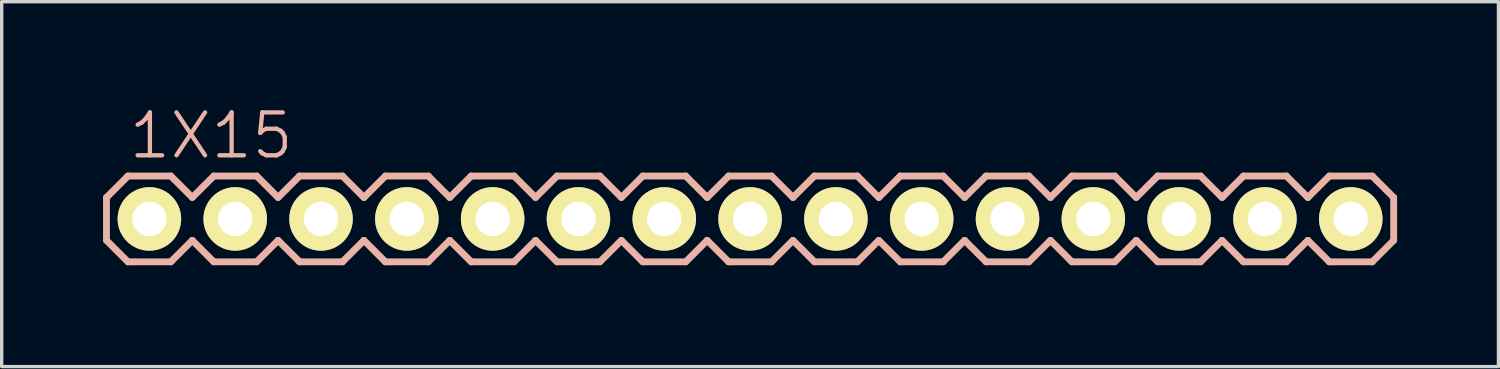
<source format=kicad_pcb>
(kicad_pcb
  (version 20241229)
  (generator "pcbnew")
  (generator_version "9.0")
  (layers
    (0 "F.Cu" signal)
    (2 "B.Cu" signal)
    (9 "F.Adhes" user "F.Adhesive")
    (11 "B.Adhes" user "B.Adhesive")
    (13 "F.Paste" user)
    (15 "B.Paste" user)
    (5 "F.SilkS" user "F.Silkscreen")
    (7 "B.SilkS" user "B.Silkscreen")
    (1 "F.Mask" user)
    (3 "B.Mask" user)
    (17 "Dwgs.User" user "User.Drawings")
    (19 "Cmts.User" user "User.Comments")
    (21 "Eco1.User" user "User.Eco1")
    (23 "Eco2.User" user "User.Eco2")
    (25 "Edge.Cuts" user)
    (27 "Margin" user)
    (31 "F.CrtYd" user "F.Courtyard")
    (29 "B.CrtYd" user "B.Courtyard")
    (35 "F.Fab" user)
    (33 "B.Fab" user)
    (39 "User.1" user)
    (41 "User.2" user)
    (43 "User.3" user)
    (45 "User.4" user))
  (footprint "1X15"
    (layer "F.Cu")
    (at 1.372 3.43)
    (property "Reference" "1X15" (at 1.829 -2.464 0) (layer "B.SilkS") (effects (font (size 1.27 1.27) (thickness 0.127))))
    (attr exclude_from_pos_files exclude_from_bom)
    (fp_line (start -0.254 -0.254) (end 0.254 -0.254) (stroke (width 0.066) (type solid)) (layer "F.SilkS"))
    (fp_line (start -0.254 0.254) (end -0.254 -0.254) (stroke (width 0.066) (type solid)) (layer "F.SilkS"))
    (fp_line (start -0.254 0.254) (end 0.254 0.254) (stroke (width 0.066) (type solid)) (layer "F.SilkS"))
    (fp_line (start 0.254 0.254) (end 0.254 -0.254) (stroke (width 0.066) (type solid)) (layer "F.SilkS"))
    (fp_line (start 2.286 -0.254) (end 2.794 -0.254) (stroke (width 0.066) (type solid)) (layer "F.SilkS"))
    (fp_line (start 2.286 0.254) (end 2.286 -0.254) (stroke (width 0.066) (type solid)) (layer "F.SilkS"))
    (fp_line (start 2.286 0.254) (end 2.794 0.254) (stroke (width 0.066) (type solid)) (layer "F.SilkS"))
    (fp_line (start 2.794 0.254) (end 2.794 -0.254) (stroke (width 0.066) (type solid)) (layer "F.SilkS"))
    (fp_line (start 4.826 -0.254) (end 5.334 -0.254) (stroke (width 0.066) (type solid)) (layer "F.SilkS"))
    (fp_line (start 4.826 0.254) (end 4.826 -0.254) (stroke (width 0.066) (type solid)) (layer "F.SilkS"))
    (fp_line (start 4.826 0.254) (end 5.334 0.254) (stroke (width 0.066) (type solid)) (layer "F.SilkS"))
    (fp_line (start 5.334 0.254) (end 5.334 -0.254) (stroke (width 0.066) (type solid)) (layer "F.SilkS"))
    (fp_line (start 7.366 -0.254) (end 7.874 -0.254) (stroke (width 0.066) (type solid)) (layer "F.SilkS"))
    (fp_line (start 7.366 0.254) (end 7.366 -0.254) (stroke (width 0.066) (type solid)) (layer "F.SilkS"))
    (fp_line (start 7.366 0.254) (end 7.874 0.254) (stroke (width 0.066) (type solid)) (layer "F.SilkS"))
    (fp_line (start 7.874 0.254) (end 7.874 -0.254) (stroke (width 0.066) (type solid)) (layer "F.SilkS"))
    (fp_line (start 9.906 -0.254) (end 10.414 -0.254) (stroke (width 0.066) (type solid)) (layer "F.SilkS"))
    (fp_line (start 9.906 0.254) (end 9.906 -0.254) (stroke (width 0.066) (type solid)) (layer "F.SilkS"))
    (fp_line (start 9.906 0.254) (end 10.414 0.254) (stroke (width 0.066) (type solid)) (layer "F.SilkS"))
    (fp_line (start 10.414 0.254) (end 10.414 -0.254) (stroke (width 0.066) (type solid)) (layer "F.SilkS"))
    (fp_line (start 12.446 -0.254) (end 12.954 -0.254) (stroke (width 0.066) (type solid)) (layer "F.SilkS"))
    (fp_line (start 12.446 0.254) (end 12.446 -0.254) (stroke (width 0.066) (type solid)) (layer "F.SilkS"))
    (fp_line (start 12.446 0.254) (end 12.954 0.254) (stroke (width 0.066) (type solid)) (layer "F.SilkS"))
    (fp_line (start 12.954 0.254) (end 12.954 -0.254) (stroke (width 0.066) (type solid)) (layer "F.SilkS"))
    (fp_line (start 14.986 -0.254) (end 15.494 -0.254) (stroke (width 0.066) (type solid)) (layer "F.SilkS"))
    (fp_line (start 14.986 0.254) (end 14.986 -0.254) (stroke (width 0.066) (type solid)) (layer "F.SilkS"))
    (fp_line (start 14.986 0.254) (end 15.494 0.254) (stroke (width 0.066) (type solid)) (layer "F.SilkS"))
    (fp_line (start 15.494 0.254) (end 15.494 -0.254) (stroke (width 0.066) (type solid)) (layer "F.SilkS"))
    (fp_line (start 17.523 -0.254) (end 18.034 -0.254) (stroke (width 0.066) (type solid)) (layer "F.SilkS"))
    (fp_line (start 17.523 0.254) (end 17.523 -0.254) (stroke (width 0.066) (type solid)) (layer "F.SilkS"))
    (fp_line (start 17.523 0.254) (end 18.034 0.254) (stroke (width 0.066) (type solid)) (layer "F.SilkS"))
    (fp_line (start 18.034 0.254) (end 18.034 -0.254) (stroke (width 0.066) (type solid)) (layer "F.SilkS"))
    (fp_line (start 20.066 -0.254) (end 20.574 -0.254) (stroke (width 0.066) (type solid)) (layer "F.SilkS"))
    (fp_line (start 20.066 0.254) (end 20.066 -0.254) (stroke (width 0.066) (type solid)) (layer "F.SilkS"))
    (fp_line (start 20.066 0.254) (end 20.574 0.254) (stroke (width 0.066) (type solid)) (layer "F.SilkS"))
    (fp_line (start 20.574 0.254) (end 20.574 -0.254) (stroke (width 0.066) (type solid)) (layer "F.SilkS"))
    (fp_line (start 22.606 -0.254) (end 23.114 -0.254) (stroke (width 0.066) (type solid)) (layer "F.SilkS"))
    (fp_line (start 22.606 0.254) (end 22.606 -0.254) (stroke (width 0.066) (type solid)) (layer "F.SilkS"))
    (fp_line (start 22.606 0.254) (end 23.114 0.254) (stroke (width 0.066) (type solid)) (layer "F.SilkS"))
    (fp_line (start 23.114 0.254) (end 23.114 -0.254) (stroke (width 0.066) (type solid)) (layer "F.SilkS"))
    (fp_line (start 25.146 -0.254) (end 25.654 -0.254) (stroke (width 0.066) (type solid)) (layer "F.SilkS"))
    (fp_line (start 25.146 0.254) (end 25.146 -0.254) (stroke (width 0.066) (type solid)) (layer "F.SilkS"))
    (fp_line (start 25.146 0.254) (end 25.654 0.254) (stroke (width 0.066) (type solid)) (layer "F.SilkS"))
    (fp_line (start 25.654 0.254) (end 25.654 -0.254) (stroke (width 0.066) (type solid)) (layer "F.SilkS"))
    (fp_line (start 27.686 -0.254) (end 28.194 -0.254) (stroke (width 0.066) (type solid)) (layer "F.SilkS"))
    (fp_line (start 27.686 0.254) (end 27.686 -0.254) (stroke (width 0.066) (type solid)) (layer "F.SilkS"))
    (fp_line (start 27.686 0.254) (end 28.194 0.254) (stroke (width 0.066) (type solid)) (layer "F.SilkS"))
    (fp_line (start 28.194 0.254) (end 28.194 -0.254) (stroke (width 0.066) (type solid)) (layer "F.SilkS"))
    (fp_line (start 30.226 -0.254) (end 30.734 -0.254) (stroke (width 0.066) (type solid)) (layer "F.SilkS"))
    (fp_line (start 30.226 0.254) (end 30.226 -0.254) (stroke (width 0.066) (type solid)) (layer "F.SilkS"))
    (fp_line (start 30.226 0.254) (end 30.734 0.254) (stroke (width 0.066) (type solid)) (layer "F.SilkS"))
    (fp_line (start 30.734 0.254) (end 30.734 -0.254) (stroke (width 0.066) (type solid)) (layer "F.SilkS"))
    (fp_line (start 32.766 -0.254) (end 33.274 -0.254) (stroke (width 0.066) (type solid)) (layer "F.SilkS"))
    (fp_line (start 32.766 0.254) (end 32.766 -0.254) (stroke (width 0.066) (type solid)) (layer "F.SilkS"))
    (fp_line (start 32.766 0.254) (end 33.274 0.254) (stroke (width 0.066) (type solid)) (layer "F.SilkS"))
    (fp_line (start 33.274 0.254) (end 33.274 -0.254) (stroke (width 0.066) (type solid)) (layer "F.SilkS"))
    (fp_line (start 35.303 -0.254) (end 35.814 -0.254) (stroke (width 0.066) (type solid)) (layer "F.SilkS"))
    (fp_line (start 35.303 0.254) (end 35.303 -0.254) (stroke (width 0.066) (type solid)) (layer "F.SilkS"))
    (fp_line (start 35.303 0.254) (end 35.814 0.254) (stroke (width 0.066) (type solid)) (layer "F.SilkS"))
    (fp_line (start 35.814 0.254) (end 35.814 -0.254) (stroke (width 0.066) (type solid)) (layer "F.SilkS"))
    (fp_line (start -1.27 -0.635) (end -1.27 0.635) (stroke (width 0.203) (type solid)) (layer "B.SilkS"))
    (fp_line (start -1.27 0.635) (end -0.635 1.27) (stroke (width 0.203) (type solid)) (layer "B.SilkS"))
    (fp_line (start -0.635 -1.27) (end -1.27 -0.635) (stroke (width 0.203) (type solid)) (layer "B.SilkS"))
    (fp_line (start -0.635 -1.27) (end 0.635 -1.27) (stroke (width 0.203) (type solid)) (layer "B.SilkS"))
    (fp_line (start 0.635 -1.27) (end 1.27 -0.635) (stroke (width 0.203) (type solid)) (layer "B.SilkS"))
    (fp_line (start 0.635 1.27) (end -0.635 1.27) (stroke (width 0.203) (type solid)) (layer "B.SilkS"))
    (fp_line (start 1.27 -0.635) (end 1.905 -1.27) (stroke (width 0.203) (type solid)) (layer "B.SilkS"))
    (fp_line (start 1.27 0.635) (end 0.635 1.27) (stroke (width 0.203) (type solid)) (layer "B.SilkS"))
    (fp_line (start 1.905 -1.27) (end 3.175 -1.27) (stroke (width 0.203) (type solid)) (layer "B.SilkS"))
    (fp_line (start 1.905 1.27) (end 1.27 0.635) (stroke (width 0.203) (type solid)) (layer "B.SilkS"))
    (fp_line (start 3.175 -1.27) (end 3.81 -0.635) (stroke (width 0.203) (type solid)) (layer "B.SilkS"))
    (fp_line (start 3.175 1.27) (end 1.905 1.27) (stroke (width 0.203) (type solid)) (layer "B.SilkS"))
    (fp_line (start 3.81 -0.635) (end 4.445 -1.27) (stroke (width 0.203) (type solid)) (layer "B.SilkS"))
    (fp_line (start 3.81 0.635) (end 3.175 1.27) (stroke (width 0.203) (type solid)) (layer "B.SilkS"))
    (fp_line (start 4.445 -1.27) (end 5.715 -1.27) (stroke (width 0.203) (type solid)) (layer "B.SilkS"))
    (fp_line (start 4.445 1.27) (end 3.81 0.635) (stroke (width 0.203) (type solid)) (layer "B.SilkS"))
    (fp_line (start 5.715 -1.27) (end 6.35 -0.635) (stroke (width 0.203) (type solid)) (layer "B.SilkS"))
    (fp_line (start 5.715 1.27) (end 4.445 1.27) (stroke (width 0.203) (type solid)) (layer "B.SilkS"))
    (fp_line (start 6.35 0.635) (end 5.715 1.27) (stroke (width 0.203) (type solid)) (layer "B.SilkS"))
    (fp_line (start 6.35 0.635) (end 6.985 1.27) (stroke (width 0.203) (type solid)) (layer "B.SilkS"))
    (fp_line (start 6.985 -1.27) (end 6.35 -0.635) (stroke (width 0.203) (type solid)) (layer "B.SilkS"))
    (fp_line (start 6.985 -1.27) (end 8.255 -1.27) (stroke (width 0.203) (type solid)) (layer "B.SilkS"))
    (fp_line (start 8.255 -1.27) (end 8.89 -0.635) (stroke (width 0.203) (type solid)) (layer "B.SilkS"))
    (fp_line (start 8.255 1.27) (end 6.985 1.27) (stroke (width 0.203) (type solid)) (layer "B.SilkS"))
    (fp_line (start 8.89 -0.635) (end 9.525 -1.27) (stroke (width 0.203) (type solid)) (layer "B.SilkS"))
    (fp_line (start 8.89 0.635) (end 8.255 1.27) (stroke (width 0.203) (type solid)) (layer "B.SilkS"))
    (fp_line (start 9.525 -1.27) (end 10.795 -1.27) (stroke (width 0.203) (type solid)) (layer "B.SilkS"))
    (fp_line (start 9.525 1.27) (end 8.89 0.635) (stroke (width 0.203) (type solid)) (layer "B.SilkS"))
    (fp_line (start 10.795 -1.27) (end 11.43 -0.635) (stroke (width 0.203) (type solid)) (layer "B.SilkS"))
    (fp_line (start 10.795 1.27) (end 9.525 1.27) (stroke (width 0.203) (type solid)) (layer "B.SilkS"))
    (fp_line (start 11.43 -0.635) (end 12.065 -1.27) (stroke (width 0.203) (type solid)) (layer "B.SilkS"))
    (fp_line (start 11.43 0.635) (end 10.795 1.27) (stroke (width 0.203) (type solid)) (layer "B.SilkS"))
    (fp_line (start 12.065 -1.27) (end 13.335 -1.27) (stroke (width 0.203) (type solid)) (layer "B.SilkS"))
    (fp_line (start 12.065 1.27) (end 11.43 0.635) (stroke (width 0.203) (type solid)) (layer "B.SilkS"))
    (fp_line (start 13.335 -1.27) (end 13.97 -0.635) (stroke (width 0.203) (type solid)) (layer "B.SilkS"))
    (fp_line (start 13.335 1.27) (end 12.065 1.27) (stroke (width 0.203) (type solid)) (layer "B.SilkS"))
    (fp_line (start 13.97 0.635) (end 13.335 1.27) (stroke (width 0.203) (type solid)) (layer "B.SilkS"))
    (fp_line (start 13.97 0.635) (end 14.605 1.27) (stroke (width 0.203) (type solid)) (layer "B.SilkS"))
    (fp_line (start 14.605 -1.27) (end 13.97 -0.635) (stroke (width 0.203) (type solid)) (layer "B.SilkS"))
    (fp_line (start 14.605 -1.27) (end 15.875 -1.27) (stroke (width 0.203) (type solid)) (layer "B.SilkS"))
    (fp_line (start 15.875 -1.27) (end 16.51 -0.635) (stroke (width 0.203) (type solid)) (layer "B.SilkS"))
    (fp_line (start 15.875 1.27) (end 14.605 1.27) (stroke (width 0.203) (type solid)) (layer "B.SilkS"))
    (fp_line (start 16.51 0.635) (end 15.875 1.27) (stroke (width 0.203) (type solid)) (layer "B.SilkS"))
    (fp_line (start 16.51 0.635) (end 17.145 1.27) (stroke (width 0.203) (type solid)) (layer "B.SilkS"))
    (fp_line (start 17.145 -1.27) (end 16.51 -0.635) (stroke (width 0.203) (type solid)) (layer "B.SilkS"))
    (fp_line (start 17.145 -1.27) (end 18.415 -1.27) (stroke (width 0.203) (type solid)) (layer "B.SilkS"))
    (fp_line (start 18.415 -1.27) (end 19.05 -0.635) (stroke (width 0.203) (type solid)) (layer "B.SilkS"))
    (fp_line (start 18.415 1.27) (end 17.145 1.27) (stroke (width 0.203) (type solid)) (layer "B.SilkS"))
    (fp_line (start 19.05 -0.635) (end 19.685 -1.27) (stroke (width 0.203) (type solid)) (layer "B.SilkS"))
    (fp_line (start 19.05 0.635) (end 18.415 1.27) (stroke (width 0.203) (type solid)) (layer "B.SilkS"))
    (fp_line (start 19.685 -1.27) (end 20.955 -1.27) (stroke (width 0.203) (type solid)) (layer "B.SilkS"))
    (fp_line (start 19.685 1.27) (end 19.05 0.635) (stroke (width 0.203) (type solid)) (layer "B.SilkS"))
    (fp_line (start 20.955 -1.27) (end 21.59 -0.635) (stroke (width 0.203) (type solid)) (layer "B.SilkS"))
    (fp_line (start 20.955 1.27) (end 19.685 1.27) (stroke (width 0.203) (type solid)) (layer "B.SilkS"))
    (fp_line (start 21.59 -0.635) (end 22.225 -1.27) (stroke (width 0.203) (type solid)) (layer "B.SilkS"))
    (fp_line (start 21.59 0.635) (end 20.955 1.27) (stroke (width 0.203) (type solid)) (layer "B.SilkS"))
    (fp_line (start 22.225 -1.27) (end 23.495 -1.27) (stroke (width 0.203) (type solid)) (layer "B.SilkS"))
    (fp_line (start 22.225 1.27) (end 21.59 0.635) (stroke (width 0.203) (type solid)) (layer "B.SilkS"))
    (fp_line (start 23.495 -1.27) (end 24.13 -0.635) (stroke (width 0.203) (type solid)) (layer "B.SilkS"))
    (fp_line (start 23.495 1.27) (end 22.225 1.27) (stroke (width 0.203) (type solid)) (layer "B.SilkS"))
    (fp_line (start 24.13 0.635) (end 23.495 1.27) (stroke (width 0.203) (type solid)) (layer "B.SilkS"))
    (fp_line (start 24.13 0.635) (end 24.765 1.27) (stroke (width 0.203) (type solid)) (layer "B.SilkS"))
    (fp_line (start 24.765 -1.27) (end 24.13 -0.635) (stroke (width 0.203) (type solid)) (layer "B.SilkS"))
    (fp_line (start 24.765 -1.27) (end 26.035 -1.27) (stroke (width 0.203) (type solid)) (layer "B.SilkS"))
    (fp_line (start 26.035 -1.27) (end 26.67 -0.635) (stroke (width 0.203) (type solid)) (layer "B.SilkS"))
    (fp_line (start 26.035 1.27) (end 24.765 1.27) (stroke (width 0.203) (type solid)) (layer "B.SilkS"))
    (fp_line (start 26.67 -0.635) (end 27.305 -1.27) (stroke (width 0.203) (type solid)) (layer "B.SilkS"))
    (fp_line (start 26.67 0.635) (end 26.035 1.27) (stroke (width 0.203) (type solid)) (layer "B.SilkS"))
    (fp_line (start 27.305 -1.27) (end 28.575 -1.27) (stroke (width 0.203) (type solid)) (layer "B.SilkS"))
    (fp_line (start 27.305 1.27) (end 26.67 0.635) (stroke (width 0.203) (type solid)) (layer "B.SilkS"))
    (fp_line (start 28.575 -1.27) (end 29.21 -0.635) (stroke (width 0.203) (type solid)) (layer "B.SilkS"))
    (fp_line (start 28.575 1.27) (end 27.305 1.27) (stroke (width 0.203) (type solid)) (layer "B.SilkS"))
    (fp_line (start 29.21 -0.635) (end 29.845 -1.27) (stroke (width 0.203) (type solid)) (layer "B.SilkS"))
    (fp_line (start 29.21 0.635) (end 28.575 1.27) (stroke (width 0.203) (type solid)) (layer "B.SilkS"))
    (fp_line (start 29.845 -1.27) (end 31.115 -1.27) (stroke (width 0.203) (type solid)) (layer "B.SilkS"))
    (fp_line (start 29.845 1.27) (end 29.21 0.635) (stroke (width 0.203) (type solid)) (layer "B.SilkS"))
    (fp_line (start 31.115 -1.27) (end 31.75 -0.635) (stroke (width 0.203) (type solid)) (layer "B.SilkS"))
    (fp_line (start 31.115 1.27) (end 29.845 1.27) (stroke (width 0.203) (type solid)) (layer "B.SilkS"))
    (fp_line (start 31.75 0.635) (end 31.115 1.27) (stroke (width 0.203) (type solid)) (layer "B.SilkS"))
    (fp_line (start 31.75 0.635) (end 32.385 1.27) (stroke (width 0.203) (type solid)) (layer "B.SilkS"))
    (fp_line (start 32.385 -1.27) (end 31.75 -0.635) (stroke (width 0.203) (type solid)) (layer "B.SilkS"))
    (fp_line (start 32.385 -1.27) (end 33.655 -1.27) (stroke (width 0.203) (type solid)) (layer "B.SilkS"))
    (fp_line (start 33.655 -1.27) (end 34.29 -0.635) (stroke (width 0.203) (type solid)) (layer "B.SilkS"))
    (fp_line (start 33.655 1.27) (end 32.385 1.27) (stroke (width 0.203) (type solid)) (layer "B.SilkS"))
    (fp_line (start 34.29 0.635) (end 33.655 1.27) (stroke (width 0.203) (type solid)) (layer "B.SilkS"))
    (fp_line (start 34.29 0.635) (end 34.925 1.27) (stroke (width 0.203) (type solid)) (layer "B.SilkS"))
    (fp_line (start 34.925 -1.27) (end 34.29 -0.635) (stroke (width 0.203) (type solid)) (layer "B.SilkS"))
    (fp_line (start 34.925 -1.27) (end 36.195 -1.27) (stroke (width 0.203) (type solid)) (layer "B.SilkS"))
    (fp_line (start 36.195 -1.27) (end 36.83 -0.635) (stroke (width 0.203) (type solid)) (layer "B.SilkS"))
    (fp_line (start 36.195 1.27) (end 34.925 1.27) (stroke (width 0.203) (type solid)) (layer "B.SilkS"))
    (fp_line (start 36.83 -0.635) (end 36.83 0.635) (stroke (width 0.203) (type solid)) (layer "B.SilkS"))
    (fp_line (start 36.83 0.635) (end 36.195 1.27) (stroke (width 0.203) (type solid)) (layer "B.SilkS"))
    (pad "1" thru_hole circle (at 0 0) (size 1.88 1.88) (drill 1.016) (layers "*.Cu" "F.Mask" "F.SilkS" "F.Paste"))
    (pad "2" thru_hole circle (at 2.54 0) (size 1.88 1.88) (drill 1.016) (layers "*.Cu" "F.Mask" "F.SilkS" "F.Paste"))
    (pad "3" thru_hole circle (at 5.08 0) (size 1.88 1.88) (drill 1.016) (layers "*.Cu" "F.Mask" "F.SilkS" "F.Paste"))
    (pad "4" thru_hole circle (at 7.62 0) (size 1.88 1.88) (drill 1.016) (layers "*.Cu" "F.Mask" "F.SilkS" "F.Paste"))
    (pad "5" thru_hole circle (at 10.16 0) (size 1.88 1.88) (drill 1.016) (layers "*.Cu" "F.Mask" "F.SilkS" "F.Paste"))
    (pad "6" thru_hole circle (at 12.7 0) (size 1.88 1.88) (drill 1.016) (layers "*.Cu" "F.Mask" "F.SilkS" "F.Paste"))
    (pad "7" thru_hole circle (at 15.24 0) (size 1.88 1.88) (drill 1.016) (layers "*.Cu" "F.Mask" "F.SilkS" "F.Paste"))
    (pad "8" thru_hole circle (at 17.78 0) (size 1.88 1.88) (drill 1.016) (layers "*.Cu" "F.Mask" "F.SilkS" "F.Paste"))
    (pad "9" thru_hole circle (at 20.32 0) (size 1.88 1.88) (drill 1.016) (layers "*.Cu" "F.Mask" "F.SilkS" "F.Paste"))
    (pad "10" thru_hole circle (at 22.86 0) (size 1.88 1.88) (drill 1.016) (layers "*.Cu" "F.Mask" "F.SilkS" "F.Paste"))
    (pad "11" thru_hole circle (at 25.4 0) (size 1.88 1.88) (drill 1.016) (layers "*.Cu" "F.Mask" "F.SilkS" "F.Paste"))
    (pad "12" thru_hole circle (at 27.94 0) (size 1.88 1.88) (drill 1.016) (layers "*.Cu" "F.Mask" "F.SilkS" "F.Paste"))
    (pad "13" thru_hole circle (at 30.48 0) (size 1.88 1.88) (drill 1.016) (layers "*.Cu" "F.Mask" "F.SilkS" "F.Paste"))
    (pad "14" thru_hole circle (at 33.02 0) (size 1.88 1.88) (drill 1.016) (layers "*.Cu" "F.Mask" "F.SilkS" "F.Paste"))
    (pad "15" thru_hole circle (at 35.56 0) (size 1.88 1.88) (drill 1.016) (layers "*.Cu" "F.Mask" "F.SilkS" "F.Paste")))
  (gr_rect
    (start -3 -3)
    (end 41.303 7.801)
    (stroke (width 0.1) (type default))
    (fill no)
    (layer "Edge.Cuts")))
</source>
